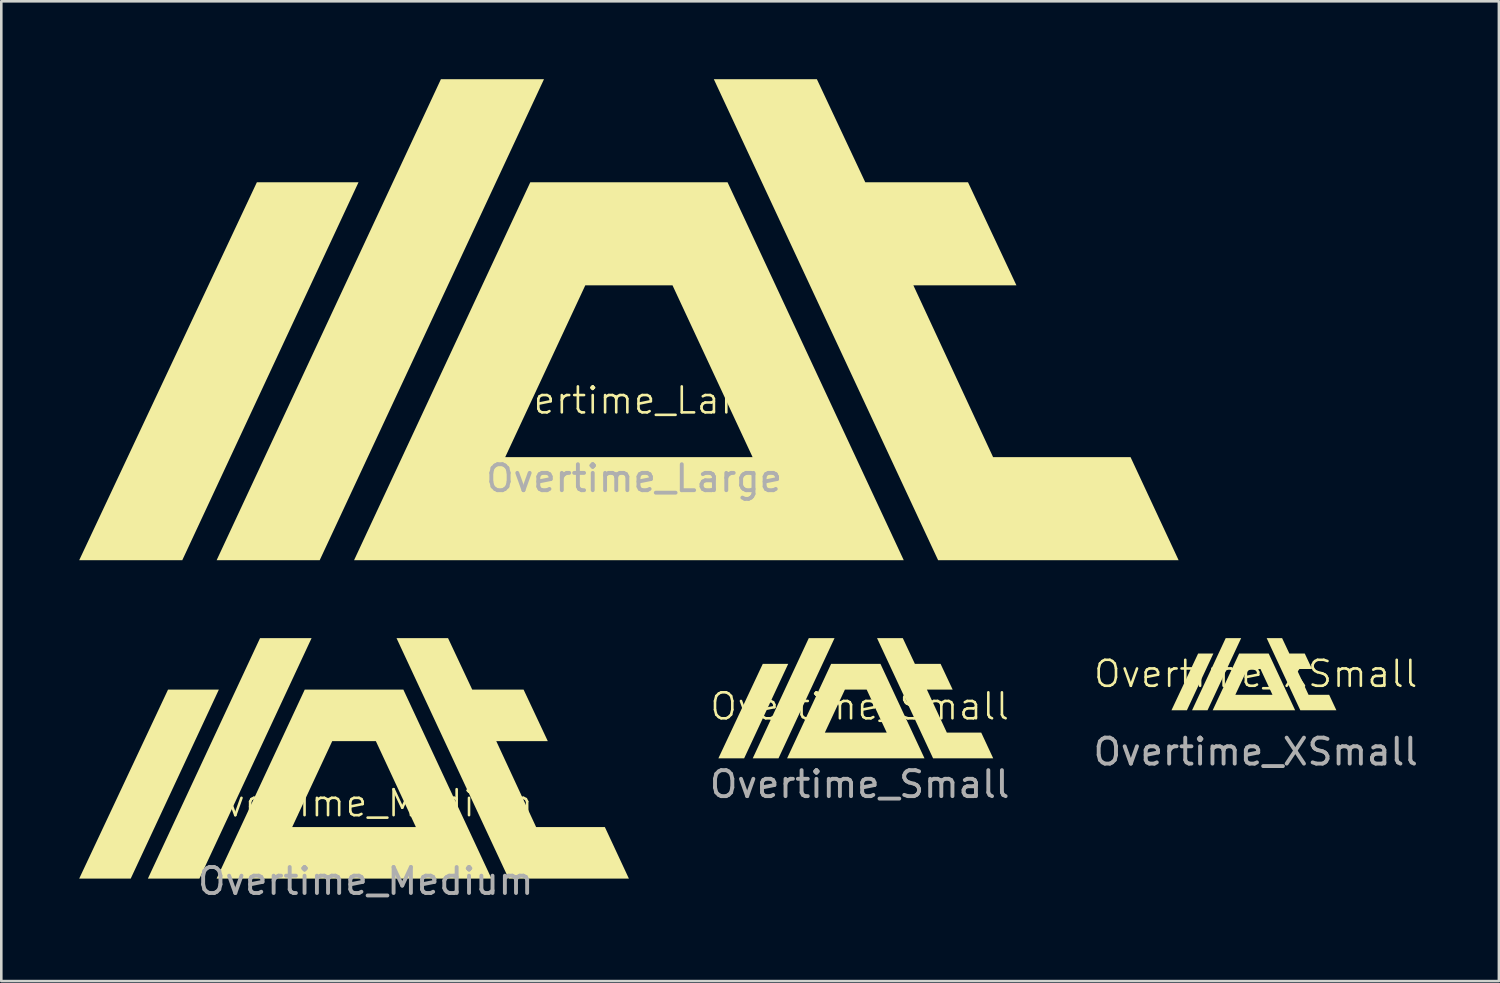
<source format=kicad_pcb>
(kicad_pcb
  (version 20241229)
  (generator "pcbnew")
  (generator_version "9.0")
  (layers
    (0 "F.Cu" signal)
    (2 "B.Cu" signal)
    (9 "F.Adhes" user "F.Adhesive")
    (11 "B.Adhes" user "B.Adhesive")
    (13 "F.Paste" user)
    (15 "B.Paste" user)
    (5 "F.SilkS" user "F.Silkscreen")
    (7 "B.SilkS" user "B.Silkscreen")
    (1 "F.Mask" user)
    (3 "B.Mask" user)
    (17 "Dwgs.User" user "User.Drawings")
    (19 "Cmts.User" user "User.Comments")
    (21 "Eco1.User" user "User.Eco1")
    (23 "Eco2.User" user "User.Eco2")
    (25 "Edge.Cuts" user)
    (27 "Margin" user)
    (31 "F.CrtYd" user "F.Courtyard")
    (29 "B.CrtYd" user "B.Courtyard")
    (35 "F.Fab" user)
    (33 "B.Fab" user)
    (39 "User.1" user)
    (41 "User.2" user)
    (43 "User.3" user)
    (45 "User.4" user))
  (footprint "Overtime_Small"
    (layer "F.Cu")
    (at 30.054 24.651)
    (property "Reference" "Overtime_Small" (at 0 -0.5 0) (unlocked yes) (layer "F.SilkS") (effects (font (size 1 1) (thickness 0.1))))
    (fp_poly (pts (xy -4.45 1.5) (xy -5.442 1.5) (xy -3.732 -2.138) (xy -2.753 -2.138)) (stroke (width -0.000001) (type solid)) (fill yes) (layer "F.SilkS"))
    (fp_poly (pts (xy -3.127 1.5) (xy -4.119 1.5) (xy -1.96 -3.13) (xy -0.968 -3.13)) (stroke (width -0.000001) (type solid)) (fill yes) (layer "F.SilkS"))
    (fp_poly (pts (xy 2.125 -2.138) (xy 3.114 -2.138) (xy 3.58 -1.146) (xy 2.588 -1.146) (xy 3.355 0.508) (xy 4.679 0.508) (xy 5.141 1.5) (xy 2.826 1.5) (xy 0.667 -3.13) (xy 1.659 -3.13)) (stroke (width -0.000001) (type solid)) (fill yes) (layer "F.SilkS"))
    (fp_poly (pts (xy 2.495 1.5) (xy -2.796 1.5) (xy -2.334 0.508) (xy -1.341 0.508) (xy 1.04 0.508) (xy 0.269 -1.146) (xy -0.57 -1.146) (xy -1.341 0.508) (xy -2.334 0.508) (xy -1.1 -2.138) (xy 0.799 -2.138)) (stroke (width -0.000001) (type solid)) (fill yes) (layer "F.SilkS"))
    (fp_text user "${REFERENCE}" (at 0 2.5 0) (unlocked yes) (layer "F.Fab") (effects (font (size 1 1) (thickness 0.15)))))
  (footprint "Overtime_Large"
    (layer "F.Cu")
    (at 21.369 12.871)
    (property "Reference" "Overtime_Large" (at 0 -0.5 0) (unlocked yes) (layer "F.SilkS") (effects (font (size 1 1) (thickness 0.1))))
    (fp_poly (pts (xy -17.4 5.65) (xy -21.369 5.65) (xy -14.528 -8.902) (xy -10.614 -8.902)) (stroke (width -0.000001) (type solid)) (fill yes) (layer "F.SilkS"))
    (fp_poly (pts (xy -12.108 5.65) (xy -16.077 5.65) (xy -7.441 -12.871) (xy -3.472 -12.871)) (stroke (width -0.000001) (type solid)) (fill yes) (layer "F.SilkS"))
    (fp_poly (pts (xy 8.9 -8.902) (xy 12.856 -8.902) (xy 14.72 -4.933) (xy 10.752 -4.933) (xy 13.821 1.681) (xy 19.114 1.681) (xy 20.965 5.65) (xy 11.704 5.65) (xy 3.068 -12.871) (xy 7.036 -12.871)) (stroke (width -0.000001) (type solid)) (fill yes) (layer "F.SilkS"))
    (fp_poly (pts (xy 10.381 5.65) (xy -10.785 5.65) (xy -8.935 1.681) (xy -4.965 1.681) (xy 4.56 1.681) (xy 1.477 -4.933) (xy -1.882 -4.933) (xy -4.965 1.681) (xy -8.935 1.681) (xy -4 -8.902) (xy 3.596 -8.902)) (stroke (width -0.000001) (type solid)) (fill yes) (layer "F.SilkS"))
    (fp_text user "${REFERENCE}" (at 0 2.5 0) (unlocked yes) (layer "F.Fab") (effects (font (size 1 1) (thickness 0.15)))))
  (footprint "Overtime_Medium"
    (layer "F.Cu")
    (at 11.034 28.381)
    (property "Reference" "Overtime_Medium" (at 0 -0.5 0) (unlocked yes) (layer "F.SilkS") (effects (font (size 1 1) (thickness 0.1))))
    (fp_poly (pts (xy -9.05 2.4) (xy -11.034 2.4) (xy -7.614 -4.876) (xy -5.657 -4.876)) (stroke (width -0.000001) (type solid)) (fill yes) (layer "F.SilkS"))
    (fp_poly (pts (xy -6.404 2.4) (xy -8.389 2.4) (xy -4.07 -6.86) (xy -2.086 -6.86)) (stroke (width -0.000001) (type solid)) (fill yes) (layer "F.SilkS"))
    (fp_poly (pts (xy 4.1 -4.876) (xy 6.078 -4.876) (xy 7.01 -2.892) (xy 5.026 -2.892) (xy 6.56 0.416) (xy 9.207 0.416) (xy 10.132 2.4) (xy 5.502 2.4) (xy 1.184 -6.86) (xy 3.168 -6.86)) (stroke (width -0.000001) (type solid)) (fill yes) (layer "F.SilkS"))
    (fp_poly (pts (xy 4.841 2.4) (xy -5.743 2.4) (xy -4.817 0.416) (xy -2.832 0.416) (xy 1.93 0.416) (xy 0.389 -2.892) (xy -1.291 -2.892) (xy -2.832 0.416) (xy -4.817 0.416) (xy -2.35 -4.876) (xy 1.448 -4.876)) (stroke (width -0.000001) (type solid)) (fill yes) (layer "F.SilkS"))
    (fp_text user "${REFERENCE}" (at 0 2.5 0) (unlocked yes) (layer "F.Fab") (effects (font (size 1 1) (thickness 0.15)))))
  (footprint "Overtime_XSmall"
    (layer "F.Cu")
    (at 45.304 23.399)
    (property "Reference" "Overtime_XSmall" (at 0 -0.5 0) (unlocked yes) (layer "F.SilkS") (effects (font (size 1 1) (thickness 0.1))))
    (fp_poly (pts (xy -2.65 0.9) (xy -3.245 0.9) (xy -2.219 -1.283) (xy -1.632 -1.283)) (stroke (width -0.000001) (type solid)) (fill yes) (layer "F.SilkS"))
    (fp_poly (pts (xy -1.856 0.9) (xy -2.452 0.9) (xy -1.156 -1.878) (xy -0.561 -1.878)) (stroke (width -0.000001) (type solid)) (fill yes) (layer "F.SilkS"))
    (fp_poly (pts (xy 1.295 -1.283) (xy 1.888 -1.283) (xy 2.168 -0.688) (xy 1.573 -0.688) (xy 2.033 0.305) (xy 2.827 0.305) (xy 3.105 0.9) (xy 1.716 0.9) (xy 0.42 -1.878) (xy 1.015 -1.878)) (stroke (width -0.000001) (type solid)) (fill yes) (layer "F.SilkS"))
    (fp_poly (pts (xy 1.517 0.9) (xy -1.658 0.9) (xy -1.38 0.305) (xy -0.785 0.305) (xy 0.644 0.305) (xy 0.182 -0.688) (xy -0.322 -0.688) (xy -0.785 0.305) (xy -1.38 0.305) (xy -0.64 -1.283) (xy 0.499 -1.283)) (stroke (width -0.000001) (type solid)) (fill yes) (layer "F.SilkS"))
    (fp_text user "${REFERENCE}" (at 0 2.5 0) (unlocked yes) (layer "F.Fab") (effects (font (size 1 1) (thickness 0.15)))))
  (gr_rect
    (start -3 -3)
    (end 54.667 34.729)
    (stroke (width 0.1) (type default))
    (fill no)
    (layer "Edge.Cuts")))
</source>
